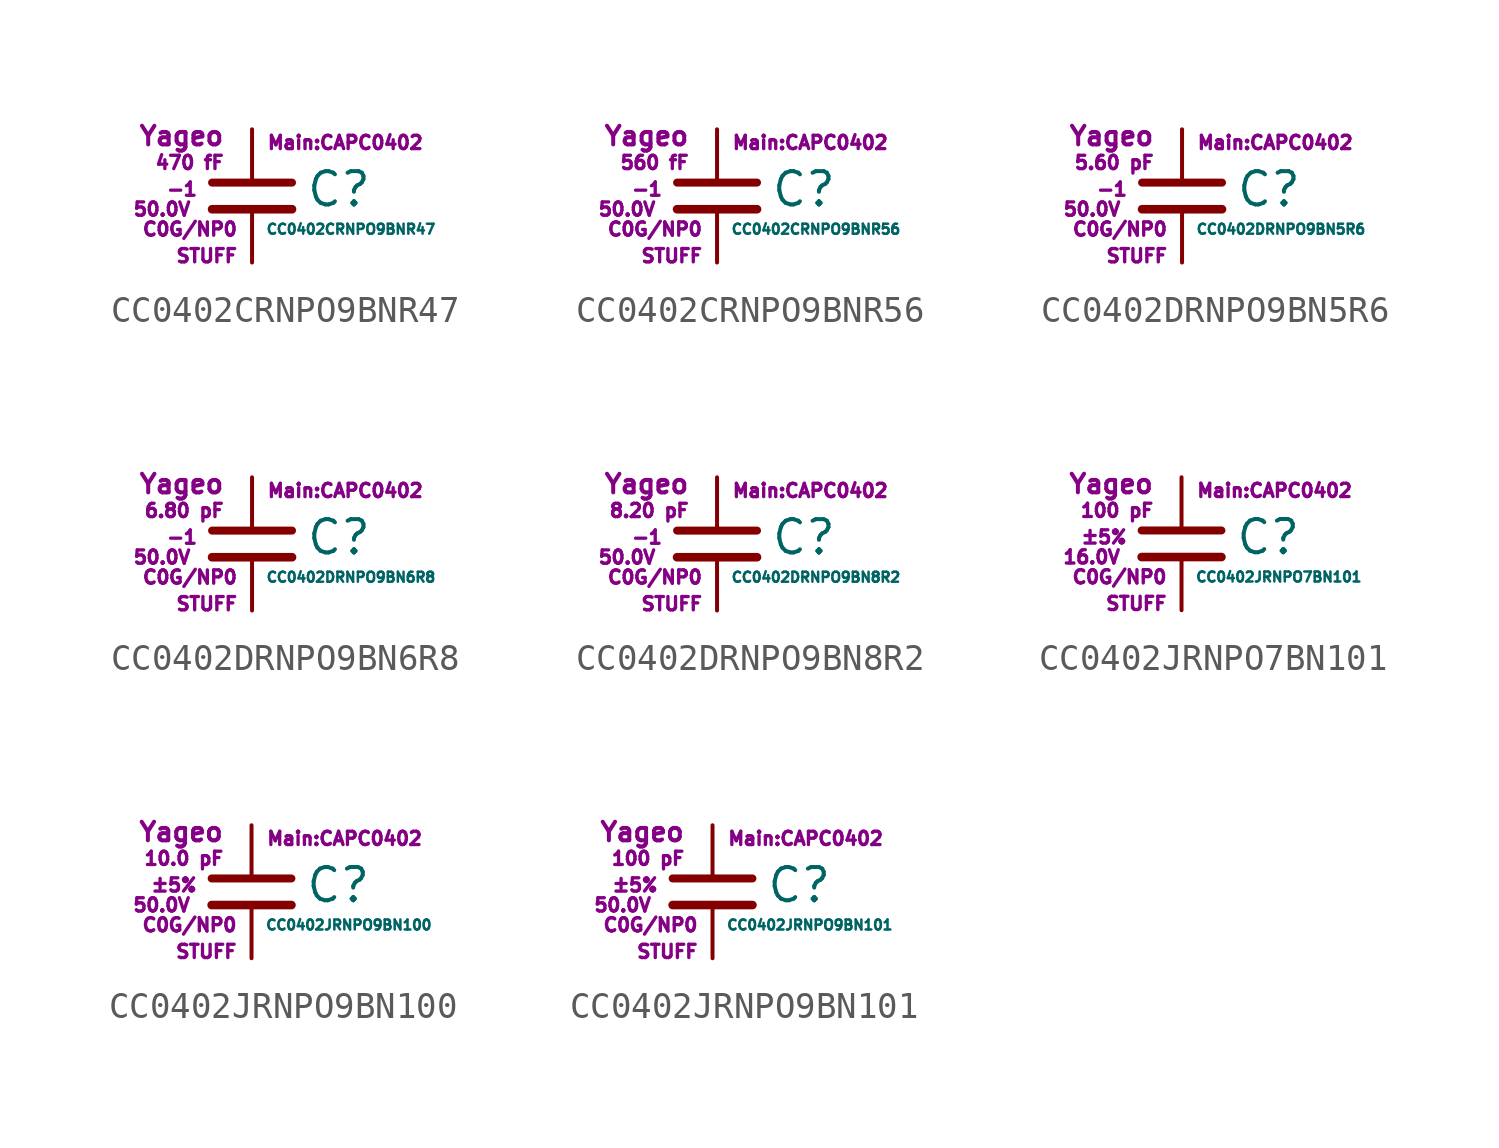
<source format=kicad_sym>
(kicad_symbol_lib
  (version 20211014)
  (generator kicad_symbol_editor)
  (symbol "CC0402CRNPO9BNR47"
    (pin_numbers hide)
    (pin_names
      (offset 0.254) hide)
    (property "Reference" "C"
      (at 2.032 0.254 0)
      (effects (font (size 1.27 1.27)) (justify left)))
    (property "Value" "CC0402CRNPO9BNR47"
      (at 0.508 -1.27 0)
      (effects (font (size 0.381 0.381)) (justify left)))
    (property "Footprint" "Main:CAPC0402"
      (at 3.556 2.032 0)
      (effects (font (size 0.508 0.508))))
    (property "Datasheet" ""
      (at 0.762 0.508 0)
      (effects (font (size 1.27 1.27))))
    (property "Manufacturer" "Yageo"
      (at -1.016 2.286 0)
      (effects (font (size 0.711 0.711)) (justify right)))
    (property "SKU" "STUFF"
      (at -0.508 -2.286 0)
      (effects (font (size 0.508 0.508)) (justify right)))
    (property "C" "470 fF"
      (at -1.016 1.27 0)
      (effects (font (size 0.508 0.508)) (justify right)))
    (property "Tol" "-1"
      (at -2.032 0.254 0)
      (effects (font (size 0.508 0.508)) (justify right)))
    (property "Vmax" "50.0V"
      (at -2.286 -0.508 0)
      (effects (font (size 0.508 0.508)) (justify right)))
    (property "Type" "C0G/NP0"
      (at -0.508 -1.27 0)
      (effects (font (size 0.508 0.508)) (justify right)))
    (symbol "CC0402CRNPO9BNR47_0_1"
      (polyline (pts (xy -1.524 -0.508) (xy 1.524 -0.508)) (stroke (width 0.33) (type default) (color 0 0 0 0)) (fill (type none)))
      (polyline (pts (xy -1.524 0.508) (xy 1.524 0.508)) (stroke (width 0.305) (type default) (color 0 0 0 0)) (fill (type none))))
    (symbol "CC0402CRNPO9BNR47_1_1"
      (pin passive line (at 0 2.54 270) (length 1.905) (name "~" (effects (font (size 1.016 1.016)))) (number "1" (effects (font (size 1.016 1.016)))))
      (pin passive line (at 0 -2.54 90) (length 2.032) (name "~" (effects (font (size 1.016 1.016)))) (number "2" (effects (font (size 1.016 1.016)))))))
  (symbol "CC0402CRNPO9BNR56"
    (pin_numbers hide)
    (pin_names
      (offset 0.254) hide)
    (property "Reference" "C"
      (at 2.032 0.254 0)
      (effects (font (size 1.27 1.27)) (justify left)))
    (property "Value" "CC0402CRNPO9BNR56"
      (at 0.508 -1.27 0)
      (effects (font (size 0.381 0.381)) (justify left)))
    (property "Footprint" "Main:CAPC0402"
      (at 3.556 2.032 0)
      (effects (font (size 0.508 0.508))))
    (property "Datasheet" ""
      (at 0.762 0.508 0)
      (effects (font (size 1.27 1.27))))
    (property "Manufacturer" "Yageo"
      (at -1.016 2.286 0)
      (effects (font (size 0.711 0.711)) (justify right)))
    (property "SKU" "STUFF"
      (at -0.508 -2.286 0)
      (effects (font (size 0.508 0.508)) (justify right)))
    (property "C" "560 fF"
      (at -1.016 1.27 0)
      (effects (font (size 0.508 0.508)) (justify right)))
    (property "Tol" "-1"
      (at -2.032 0.254 0)
      (effects (font (size 0.508 0.508)) (justify right)))
    (property "Vmax" "50.0V"
      (at -2.286 -0.508 0)
      (effects (font (size 0.508 0.508)) (justify right)))
    (property "Type" "C0G/NP0"
      (at -0.508 -1.27 0)
      (effects (font (size 0.508 0.508)) (justify right)))
    (symbol "CC0402CRNPO9BNR56_0_1"
      (polyline (pts (xy -1.524 -0.508) (xy 1.524 -0.508)) (stroke (width 0.33) (type default) (color 0 0 0 0)) (fill (type none)))
      (polyline (pts (xy -1.524 0.508) (xy 1.524 0.508)) (stroke (width 0.305) (type default) (color 0 0 0 0)) (fill (type none))))
    (symbol "CC0402CRNPO9BNR56_1_1"
      (pin passive line (at 0 2.54 270) (length 1.905) (name "~" (effects (font (size 1.016 1.016)))) (number "1" (effects (font (size 1.016 1.016)))))
      (pin passive line (at 0 -2.54 90) (length 2.032) (name "~" (effects (font (size 1.016 1.016)))) (number "2" (effects (font (size 1.016 1.016)))))))
  (symbol "CC0402DRNPO9BN5R6"
    (pin_numbers hide)
    (pin_names
      (offset 0.254) hide)
    (property "Reference" "C"
      (at 2.032 0.254 0)
      (effects (font (size 1.27 1.27)) (justify left)))
    (property "Value" "CC0402DRNPO9BN5R6"
      (at 0.508 -1.27 0)
      (effects (font (size 0.381 0.381)) (justify left)))
    (property "Footprint" "Main:CAPC0402"
      (at 3.556 2.032 0)
      (effects (font (size 0.508 0.508))))
    (property "Datasheet" ""
      (at 0.762 0.508 0)
      (effects (font (size 1.27 1.27))))
    (property "Manufacturer" "Yageo"
      (at -1.016 2.286 0)
      (effects (font (size 0.711 0.711)) (justify right)))
    (property "SKU" "STUFF"
      (at -0.508 -2.286 0)
      (effects (font (size 0.508 0.508)) (justify right)))
    (property "C" "5.60 pF"
      (at -1.016 1.27 0)
      (effects (font (size 0.508 0.508)) (justify right)))
    (property "Tol" "-1"
      (at -2.032 0.254 0)
      (effects (font (size 0.508 0.508)) (justify right)))
    (property "Vmax" "50.0V"
      (at -2.286 -0.508 0)
      (effects (font (size 0.508 0.508)) (justify right)))
    (property "Type" "C0G/NP0"
      (at -0.508 -1.27 0)
      (effects (font (size 0.508 0.508)) (justify right)))
    (symbol "CC0402DRNPO9BN5R6_0_1"
      (polyline (pts (xy -1.524 -0.508) (xy 1.524 -0.508)) (stroke (width 0.33) (type default) (color 0 0 0 0)) (fill (type none)))
      (polyline (pts (xy -1.524 0.508) (xy 1.524 0.508)) (stroke (width 0.305) (type default) (color 0 0 0 0)) (fill (type none))))
    (symbol "CC0402DRNPO9BN5R6_1_1"
      (pin passive line (at 0 2.54 270) (length 1.905) (name "~" (effects (font (size 1.016 1.016)))) (number "1" (effects (font (size 1.016 1.016)))))
      (pin passive line (at 0 -2.54 90) (length 2.032) (name "~" (effects (font (size 1.016 1.016)))) (number "2" (effects (font (size 1.016 1.016)))))))
  (symbol "CC0402DRNPO9BN6R8"
    (pin_numbers hide)
    (pin_names
      (offset 0.254) hide)
    (property "Reference" "C"
      (at 2.032 0.254 0)
      (effects (font (size 1.27 1.27)) (justify left)))
    (property "Value" "CC0402DRNPO9BN6R8"
      (at 0.508 -1.27 0)
      (effects (font (size 0.381 0.381)) (justify left)))
    (property "Footprint" "Main:CAPC0402"
      (at 3.556 2.032 0)
      (effects (font (size 0.508 0.508))))
    (property "Datasheet" ""
      (at 0.762 0.508 0)
      (effects (font (size 1.27 1.27))))
    (property "Manufacturer" "Yageo"
      (at -1.016 2.286 0)
      (effects (font (size 0.711 0.711)) (justify right)))
    (property "SKU" "STUFF"
      (at -0.508 -2.286 0)
      (effects (font (size 0.508 0.508)) (justify right)))
    (property "C" "6.80 pF"
      (at -1.016 1.27 0)
      (effects (font (size 0.508 0.508)) (justify right)))
    (property "Tol" "-1"
      (at -2.032 0.254 0)
      (effects (font (size 0.508 0.508)) (justify right)))
    (property "Vmax" "50.0V"
      (at -2.286 -0.508 0)
      (effects (font (size 0.508 0.508)) (justify right)))
    (property "Type" "C0G/NP0"
      (at -0.508 -1.27 0)
      (effects (font (size 0.508 0.508)) (justify right)))
    (symbol "CC0402DRNPO9BN6R8_0_1"
      (polyline (pts (xy -1.524 -0.508) (xy 1.524 -0.508)) (stroke (width 0.33) (type default) (color 0 0 0 0)) (fill (type none)))
      (polyline (pts (xy -1.524 0.508) (xy 1.524 0.508)) (stroke (width 0.305) (type default) (color 0 0 0 0)) (fill (type none))))
    (symbol "CC0402DRNPO9BN6R8_1_1"
      (pin passive line (at 0 2.54 270) (length 1.905) (name "~" (effects (font (size 1.016 1.016)))) (number "1" (effects (font (size 1.016 1.016)))))
      (pin passive line (at 0 -2.54 90) (length 2.032) (name "~" (effects (font (size 1.016 1.016)))) (number "2" (effects (font (size 1.016 1.016)))))))
  (symbol "CC0402DRNPO9BN8R2"
    (pin_numbers hide)
    (pin_names
      (offset 0.254) hide)
    (property "Reference" "C"
      (at 2.032 0.254 0)
      (effects (font (size 1.27 1.27)) (justify left)))
    (property "Value" "CC0402DRNPO9BN8R2"
      (at 0.508 -1.27 0)
      (effects (font (size 0.381 0.381)) (justify left)))
    (property "Footprint" "Main:CAPC0402"
      (at 3.556 2.032 0)
      (effects (font (size 0.508 0.508))))
    (property "Datasheet" ""
      (at 0.762 0.508 0)
      (effects (font (size 1.27 1.27))))
    (property "Manufacturer" "Yageo"
      (at -1.016 2.286 0)
      (effects (font (size 0.711 0.711)) (justify right)))
    (property "SKU" "STUFF"
      (at -0.508 -2.286 0)
      (effects (font (size 0.508 0.508)) (justify right)))
    (property "C" "8.20 pF"
      (at -1.016 1.27 0)
      (effects (font (size 0.508 0.508)) (justify right)))
    (property "Tol" "-1"
      (at -2.032 0.254 0)
      (effects (font (size 0.508 0.508)) (justify right)))
    (property "Vmax" "50.0V"
      (at -2.286 -0.508 0)
      (effects (font (size 0.508 0.508)) (justify right)))
    (property "Type" "C0G/NP0"
      (at -0.508 -1.27 0)
      (effects (font (size 0.508 0.508)) (justify right)))
    (symbol "CC0402DRNPO9BN8R2_0_1"
      (polyline (pts (xy -1.524 -0.508) (xy 1.524 -0.508)) (stroke (width 0.33) (type default) (color 0 0 0 0)) (fill (type none)))
      (polyline (pts (xy -1.524 0.508) (xy 1.524 0.508)) (stroke (width 0.305) (type default) (color 0 0 0 0)) (fill (type none))))
    (symbol "CC0402DRNPO9BN8R2_1_1"
      (pin passive line (at 0 2.54 270) (length 1.905) (name "~" (effects (font (size 1.016 1.016)))) (number "1" (effects (font (size 1.016 1.016)))))
      (pin passive line (at 0 -2.54 90) (length 2.032) (name "~" (effects (font (size 1.016 1.016)))) (number "2" (effects (font (size 1.016 1.016)))))))
  (symbol "CC0402JRNPO7BN101"
    (pin_numbers hide)
    (pin_names
      (offset 0.254) hide)
    (property "Reference" "C"
      (at 2.032 0.254 0)
      (effects (font (size 1.27 1.27)) (justify left)))
    (property "Value" "CC0402JRNPO7BN101"
      (at 0.508 -1.27 0)
      (effects (font (size 0.381 0.381)) (justify left)))
    (property "Footprint" "Main:CAPC0402"
      (at 3.556 2.032 0)
      (effects (font (size 0.508 0.508))))
    (property "Datasheet" ""
      (at 0.762 0.508 0)
      (effects (font (size 1.27 1.27))))
    (property "Manufacturer" "Yageo"
      (at -1.016 2.286 0)
      (effects (font (size 0.711 0.711)) (justify right)))
    (property "SKU" "STUFF"
      (at -0.508 -2.286 0)
      (effects (font (size 0.508 0.508)) (justify right)))
    (property "C" "100 pF"
      (at -1.016 1.27 0)
      (effects (font (size 0.508 0.508)) (justify right)))
    (property "Tol" "±5%"
      (at -2.032 0.254 0)
      (effects (font (size 0.508 0.508)) (justify right)))
    (property "Vmax" "16.0V"
      (at -2.286 -0.508 0)
      (effects (font (size 0.508 0.508)) (justify right)))
    (property "Type" "C0G/NP0"
      (at -0.508 -1.27 0)
      (effects (font (size 0.508 0.508)) (justify right)))
    (symbol "CC0402JRNPO7BN101_0_1"
      (polyline (pts (xy -1.524 -0.508) (xy 1.524 -0.508)) (stroke (width 0.33) (type default) (color 0 0 0 0)) (fill (type none)))
      (polyline (pts (xy -1.524 0.508) (xy 1.524 0.508)) (stroke (width 0.305) (type default) (color 0 0 0 0)) (fill (type none))))
    (symbol "CC0402JRNPO7BN101_1_1"
      (pin passive line (at 0 2.54 270) (length 1.905) (name "~" (effects (font (size 1.016 1.016)))) (number "1" (effects (font (size 1.016 1.016)))))
      (pin passive line (at 0 -2.54 90) (length 2.032) (name "~" (effects (font (size 1.016 1.016)))) (number "2" (effects (font (size 1.016 1.016)))))))
  (symbol "CC0402JRNPO9BN100"
    (pin_numbers hide)
    (pin_names
      (offset 0.254) hide)
    (property "Reference" "C"
      (at 2.032 0.254 0)
      (effects (font (size 1.27 1.27)) (justify left)))
    (property "Value" "CC0402JRNPO9BN100"
      (at 0.508 -1.27 0)
      (effects (font (size 0.381 0.381)) (justify left)))
    (property "Footprint" "Main:CAPC0402"
      (at 3.556 2.032 0)
      (effects (font (size 0.508 0.508))))
    (property "Datasheet" ""
      (at 0.762 0.508 0)
      (effects (font (size 1.27 1.27))))
    (property "Manufacturer" "Yageo"
      (at -1.016 2.286 0)
      (effects (font (size 0.711 0.711)) (justify right)))
    (property "SKU" "STUFF"
      (at -0.508 -2.286 0)
      (effects (font (size 0.508 0.508)) (justify right)))
    (property "C" "10.0 pF"
      (at -1.016 1.27 0)
      (effects (font (size 0.508 0.508)) (justify right)))
    (property "Tol" "±5%"
      (at -2.032 0.254 0)
      (effects (font (size 0.508 0.508)) (justify right)))
    (property "Vmax" "50.0V"
      (at -2.286 -0.508 0)
      (effects (font (size 0.508 0.508)) (justify right)))
    (property "Type" "C0G/NP0"
      (at -0.508 -1.27 0)
      (effects (font (size 0.508 0.508)) (justify right)))
    (symbol "CC0402JRNPO9BN100_0_1"
      (polyline (pts (xy -1.524 -0.508) (xy 1.524 -0.508)) (stroke (width 0.33) (type default) (color 0 0 0 0)) (fill (type none)))
      (polyline (pts (xy -1.524 0.508) (xy 1.524 0.508)) (stroke (width 0.305) (type default) (color 0 0 0 0)) (fill (type none))))
    (symbol "CC0402JRNPO9BN100_1_1"
      (pin passive line (at 0 2.54 270) (length 1.905) (name "~" (effects (font (size 1.016 1.016)))) (number "1" (effects (font (size 1.016 1.016)))))
      (pin passive line (at 0 -2.54 90) (length 2.032) (name "~" (effects (font (size 1.016 1.016)))) (number "2" (effects (font (size 1.016 1.016)))))))
  (symbol "CC0402JRNPO9BN101"
    (pin_numbers hide)
    (pin_names
      (offset 0.254) hide)
    (property "Reference" "C"
      (at 2.032 0.254 0)
      (effects (font (size 1.27 1.27)) (justify left)))
    (property "Value" "CC0402JRNPO9BN101"
      (at 0.508 -1.27 0)
      (effects (font (size 0.381 0.381)) (justify left)))
    (property "Footprint" "Main:CAPC0402"
      (at 3.556 2.032 0)
      (effects (font (size 0.508 0.508))))
    (property "Datasheet" ""
      (at 0.762 0.508 0)
      (effects (font (size 1.27 1.27))))
    (property "Manufacturer" "Yageo"
      (at -1.016 2.286 0)
      (effects (font (size 0.711 0.711)) (justify right)))
    (property "SKU" "STUFF"
      (at -0.508 -2.286 0)
      (effects (font (size 0.508 0.508)) (justify right)))
    (property "C" "100 pF"
      (at -1.016 1.27 0)
      (effects (font (size 0.508 0.508)) (justify right)))
    (property "Tol" "±5%"
      (at -2.032 0.254 0)
      (effects (font (size 0.508 0.508)) (justify right)))
    (property "Vmax" "50.0V"
      (at -2.286 -0.508 0)
      (effects (font (size 0.508 0.508)) (justify right)))
    (property "Type" "C0G/NP0"
      (at -0.508 -1.27 0)
      (effects (font (size 0.508 0.508)) (justify right)))
    (symbol "CC0402JRNPO9BN101_0_1"
      (polyline (pts (xy -1.524 -0.508) (xy 1.524 -0.508)) (stroke (width 0.33) (type default) (color 0 0 0 0)) (fill (type none)))
      (polyline (pts (xy -1.524 0.508) (xy 1.524 0.508)) (stroke (width 0.305) (type default) (color 0 0 0 0)) (fill (type none))))
    (symbol "CC0402JRNPO9BN101_1_1"
      (pin passive line (at 0 2.54 270) (length 1.905) (name "~" (effects (font (size 1.016 1.016)))) (number "1" (effects (font (size 1.016 1.016)))))
      (pin passive line (at 0 -2.54 90) (length 2.032) (name "~" (effects (font (size 1.016 1.016)))) (number "2" (effects (font (size 1.016 1.016))))))))
</source>
